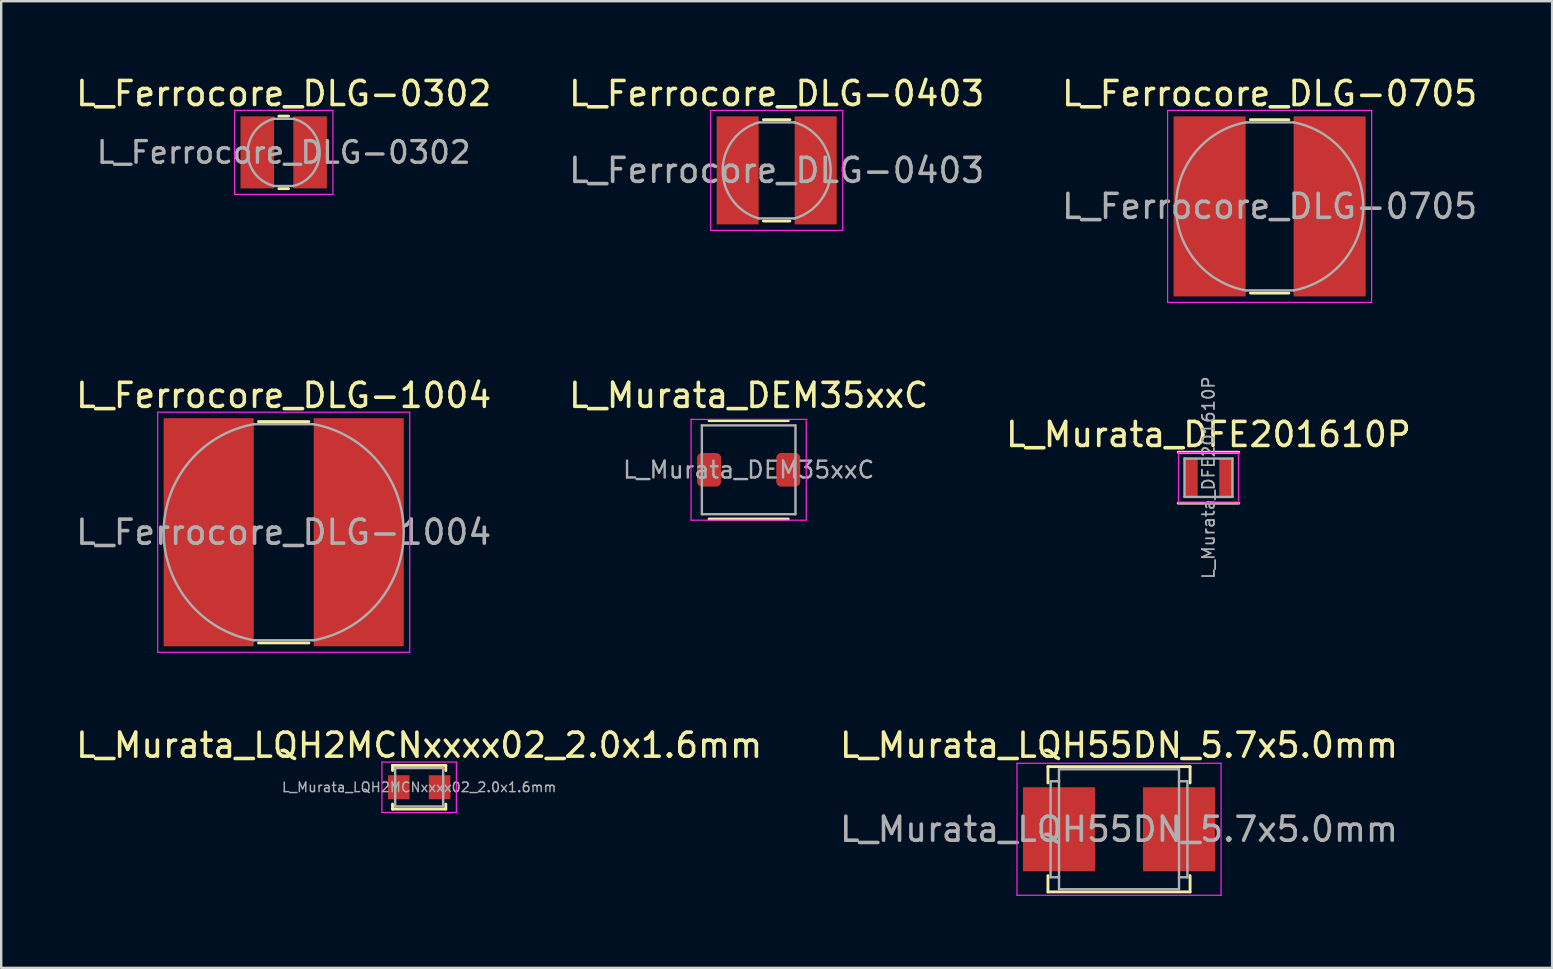
<source format=kicad_pcb>
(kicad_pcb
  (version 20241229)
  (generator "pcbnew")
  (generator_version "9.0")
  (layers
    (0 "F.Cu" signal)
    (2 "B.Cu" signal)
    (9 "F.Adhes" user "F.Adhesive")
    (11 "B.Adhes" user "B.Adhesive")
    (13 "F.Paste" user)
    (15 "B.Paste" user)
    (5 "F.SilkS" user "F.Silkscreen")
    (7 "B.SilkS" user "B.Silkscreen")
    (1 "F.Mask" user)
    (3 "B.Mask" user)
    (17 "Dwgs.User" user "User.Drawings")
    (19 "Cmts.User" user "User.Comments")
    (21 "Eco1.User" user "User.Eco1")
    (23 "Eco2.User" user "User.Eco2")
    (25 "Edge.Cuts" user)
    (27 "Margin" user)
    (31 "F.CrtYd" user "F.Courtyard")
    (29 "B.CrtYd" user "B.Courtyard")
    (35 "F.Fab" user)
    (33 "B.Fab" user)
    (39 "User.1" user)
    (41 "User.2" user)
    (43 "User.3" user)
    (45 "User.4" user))
  (footprint "L_Murata_LQH55DN_5.7x5.0mm"
    (layer "F.Cu")
    (at 43.565 31.495)
    (property "Reference" "L_Murata_LQH55DN_5.7x5.0mm" (at 0 -3.5 0) (layer "F.SilkS") (effects (font (size 1 1) (thickness 0.15))))
    (attr smd)
    (fp_line (start -2.96 -2.61) (end -2.96 -1.93) (stroke (width 0.12) (type solid)) (layer "F.SilkS"))
    (fp_line (start -2.96 -2.61) (end 2.96 -2.61) (stroke (width 0.12) (type solid)) (layer "F.SilkS"))
    (fp_line (start -2.96 1.93) (end -2.96 2.61) (stroke (width 0.12) (type solid)) (layer "F.SilkS"))
    (fp_line (start -2.96 2.61) (end 2.96 2.61) (stroke (width 0.12) (type solid)) (layer "F.SilkS"))
    (fp_line (start 2.96 -2.61) (end 2.96 -1.93) (stroke (width 0.12) (type solid)) (layer "F.SilkS"))
    (fp_line (start 2.96 1.93) (end 2.96 2.61) (stroke (width 0.12) (type solid)) (layer "F.SilkS"))
    (fp_line (start -4.25 -2.75) (end -4.25 2.75) (stroke (width 0.05) (type solid)) (layer "F.CrtYd"))
    (fp_line (start -4.25 2.75) (end 4.25 2.75) (stroke (width 0.05) (type solid)) (layer "F.CrtYd"))
    (fp_line (start 4.25 -2.75) (end -4.25 -2.75) (stroke (width 0.05) (type solid)) (layer "F.CrtYd"))
    (fp_line (start 4.25 2.75) (end 4.25 -2.75) (stroke (width 0.05) (type solid)) (layer "F.CrtYd"))
    (fp_line (start -2.85 -2) (end -2.85 2) (stroke (width 0.1) (type solid)) (layer "F.Fab"))
    (fp_line (start -2.85 -2) (end -2.5 -2) (stroke (width 0.1) (type solid)) (layer "F.Fab"))
    (fp_line (start -2.85 2) (end -2.5 2) (stroke (width 0.1) (type solid)) (layer "F.Fab"))
    (fp_line (start -2.5 -2.5) (end -2.5 2.5) (stroke (width 0.1) (type solid)) (layer "F.Fab"))
    (fp_line (start -2.5 -2.5) (end 2.5 -2.5) (stroke (width 0.1) (type solid)) (layer "F.Fab"))
    (fp_line (start -2.5 2.5) (end 2.5 2.5) (stroke (width 0.1) (type solid)) (layer "F.Fab"))
    (fp_line (start 2.5 -2.5) (end 2.5 2.5) (stroke (width 0.1) (type solid)) (layer "F.Fab"))
    (fp_line (start 2.85 -2) (end 2.5 -2) (stroke (width 0.1) (type solid)) (layer "F.Fab"))
    (fp_line (start 2.85 -2) (end 2.85 2) (stroke (width 0.1) (type solid)) (layer "F.Fab"))
    (fp_line (start 2.85 2) (end 2.5 2) (stroke (width 0.1) (type solid)) (layer "F.Fab"))
    (fp_text user "${REFERENCE}" (at 0 0 0) (layer "F.Fab") (effects (font (size 1 1) (thickness 0.15))))
    (pad "1" smd rect (at -2.5 0) (size 3 3.5) (layers "F.Cu" "F.Mask" "F.Paste"))
    (pad "2" smd rect (at 2.5 0) (size 3 3.5) (layers "F.Cu" "F.Mask" "F.Paste")))
  (footprint "L_Ferrocore_DLG-0403"
    (layer "F.Cu")
    (at 29.304 4.048)
    (property "Reference" "L_Ferrocore_DLG-0403" (at 0 -3.2 0) (layer "F.SilkS") (effects (font (size 1 1) (thickness 0.15))))
    (attr smd)
    (fp_line (start -0.55 -2.11) (end 0.55 -2.11) (stroke (width 0.12) (type solid)) (layer "F.SilkS"))
    (fp_line (start -0.55 2.11) (end 0.55 2.11) (stroke (width 0.12) (type solid)) (layer "F.SilkS"))
    (fp_line (start -2.75 -2.5) (end -2.75 2.5) (stroke (width 0.05) (type solid)) (layer "F.CrtYd"))
    (fp_line (start -2.75 2.5) (end 2.75 2.5) (stroke (width 0.05) (type solid)) (layer "F.CrtYd"))
    (fp_line (start 2.75 -2.5) (end -2.75 -2.5) (stroke (width 0.05) (type solid)) (layer "F.CrtYd"))
    (fp_line (start 2.75 2.5) (end 2.75 -2.5) (stroke (width 0.05) (type solid)) (layer "F.CrtYd"))
    (fp_line (start -0.75 -2) (end 0.75 -2) (stroke (width 0.1) (type solid)) (layer "F.Fab"))
    (fp_line (start -0.75 2) (end 0.75 2) (stroke (width 0.1) (type solid)) (layer "F.Fab"))
    (fp_arc (start -0.75 2) (mid -2.25 0) (end -0.75 -2) (stroke (width 0.1) (type solid)) (layer "F.Fab"))
    (fp_arc (start 0.75 -2) (mid 2.25 0) (end 0.75 2) (stroke (width 0.1) (type solid)) (layer "F.Fab"))
    (fp_text user "${REFERENCE}" (at 0 0 0) (layer "F.Fab") (effects (font (size 1 1) (thickness 0.15))))
    (pad "1" smd rect (at -1.625 0) (size 1.75 4.5) (layers "F.Cu" "F.Mask" "F.Paste"))
    (pad "2" smd rect (at 1.625 0) (size 1.75 4.5) (layers "F.Cu" "F.Mask" "F.Paste")))
  (footprint "L_Ferrocore_DLG-0705"
    (layer "F.Cu")
    (at 49.839 5.548)
    (property "Reference" "L_Ferrocore_DLG-0705" (at 0 -4.7 0) (layer "F.SilkS") (effects (font (size 1 1) (thickness 0.15))))
    (attr smd)
    (fp_line (start -0.8 -3.61) (end 0.8 -3.61) (stroke (width 0.12) (type solid)) (layer "F.SilkS"))
    (fp_line (start -0.8 3.61) (end 0.8 3.61) (stroke (width 0.12) (type solid)) (layer "F.SilkS"))
    (fp_line (start -4.25 -4) (end -4.25 4) (stroke (width 0.05) (type solid)) (layer "F.CrtYd"))
    (fp_line (start -4.25 4) (end 4.25 4) (stroke (width 0.05) (type solid)) (layer "F.CrtYd"))
    (fp_line (start 4.25 -4) (end -4.25 -4) (stroke (width 0.05) (type solid)) (layer "F.CrtYd"))
    (fp_line (start 4.25 4) (end 4.25 -4) (stroke (width 0.05) (type solid)) (layer "F.CrtYd"))
    (fp_line (start -1 -3.5) (end 1 -3.5) (stroke (width 0.1) (type solid)) (layer "F.Fab"))
    (fp_line (start -1 3.5) (end 1 3.5) (stroke (width 0.1) (type solid)) (layer "F.Fab"))
    (fp_arc (start -1 3.5) (mid -3.9 0) (end -1 -3.5) (stroke (width 0.1) (type solid)) (layer "F.Fab"))
    (fp_arc (start 1 -3.5) (mid 3.9 0) (end 1 3.5) (stroke (width 0.1) (type solid)) (layer "F.Fab"))
    (fp_text user "${REFERENCE}" (at 0 0 0) (layer "F.Fab") (effects (font (size 1 1) (thickness 0.15))))
    (pad "1" smd rect (at -2.5 0) (size 3 7.5) (layers "F.Cu" "F.Mask" "F.Paste"))
    (pad "2" smd rect (at 2.5 0) (size 3 7.5) (layers "F.Cu" "F.Mask" "F.Paste")))
  (footprint "L_Ferrocore_DLG-1004"
    (layer "F.Cu")
    (at 8.768 19.122)
    (property "Reference" "L_Ferrocore_DLG-1004" (at 0 -5.7 0) (layer "F.SilkS") (effects (font (size 1 1) (thickness 0.15))))
    (attr smd)
    (fp_line (start -1.05 -4.61) (end 1.05 -4.61) (stroke (width 0.12) (type solid)) (layer "F.SilkS"))
    (fp_line (start -1.05 4.61) (end 1.05 4.61) (stroke (width 0.12) (type solid)) (layer "F.SilkS"))
    (fp_line (start -5.25 -5) (end -5.25 5) (stroke (width 0.05) (type solid)) (layer "F.CrtYd"))
    (fp_line (start -5.25 5) (end 5.25 5) (stroke (width 0.05) (type solid)) (layer "F.CrtYd"))
    (fp_line (start 5.25 -5) (end -5.25 -5) (stroke (width 0.05) (type solid)) (layer "F.CrtYd"))
    (fp_line (start 5.25 5) (end 5.25 -5) (stroke (width 0.05) (type solid)) (layer "F.CrtYd"))
    (fp_line (start -1.25 -4.5) (end 1.25 -4.5) (stroke (width 0.1) (type solid)) (layer "F.Fab"))
    (fp_line (start -1.25 4.5) (end 1.25 4.5) (stroke (width 0.1) (type solid)) (layer "F.Fab"))
    (fp_arc (start -1.25 4.5) (mid -5 0) (end -1.25 -4.5) (stroke (width 0.1) (type solid)) (layer "F.Fab"))
    (fp_arc (start 1.25 -4.5) (mid 5 0) (end 1.25 4.5) (stroke (width 0.1) (type solid)) (layer "F.Fab"))
    (fp_text user "${REFERENCE}" (at 0 0 0) (layer "F.Fab") (effects (font (size 1 1) (thickness 0.15))))
    (pad "1" smd rect (at -3.125 0) (size 3.75 9.5) (layers "F.Cu" "F.Mask" "F.Paste"))
    (pad "2" smd rect (at 3.125 0) (size 3.75 9.5) (layers "F.Cu" "F.Mask" "F.Paste")))
  (footprint "L_Murata_DEM35xxC"
    (layer "F.Cu")
    (at 28.137 16.521)
    (property "Reference" "L_Murata_DEM35xxC" (at 0 -3.1 0) (layer "F.SilkS") (effects (font (size 1 1) (thickness 0.15))))
    (attr smd)
    (fp_line (start -1.65 -2.05) (end 1.65 -2.05) (stroke (width 0.12) (type solid)) (layer "F.SilkS"))
    (fp_line (start -1.65 2.05) (end 1.65 2.05) (stroke (width 0.12) (type solid)) (layer "F.SilkS"))
    (fp_line (start -2.4 -2.1) (end -2.4 2.1) (stroke (width 0.05) (type solid)) (layer "F.CrtYd"))
    (fp_line (start -2.4 2.1) (end 2.4 2.1) (stroke (width 0.05) (type solid)) (layer "F.CrtYd"))
    (fp_line (start 2.4 -2.1) (end -2.4 -2.1) (stroke (width 0.05) (type solid)) (layer "F.CrtYd"))
    (fp_line (start 2.4 2.1) (end 2.4 -2.1) (stroke (width 0.05) (type solid)) (layer "F.CrtYd"))
    (fp_line (start -1.95 -1.85) (end 1.95 -1.85) (stroke (width 0.1) (type solid)) (layer "F.Fab"))
    (fp_line (start -1.95 1.85) (end -1.95 -1.85) (stroke (width 0.1) (type solid)) (layer "F.Fab"))
    (fp_line (start 1.95 -1.85) (end 1.95 1.85) (stroke (width 0.1) (type solid)) (layer "F.Fab"))
    (fp_line (start 1.95 1.85) (end -1.95 1.85) (stroke (width 0.1) (type solid)) (layer "F.Fab"))
    (fp_text user "${REFERENCE}" (at 0 0 0) (layer "F.Fab") (effects (font (size 0.7 0.7) (thickness 0.1))))
    (pad "1" smd roundrect (at -1.65 0) (size 1 1.4) (layers "F.Cu" "F.Mask" "F.Paste") (roundrect_rratio 0.2))
    (pad "2" smd roundrect (at 1.65 0) (size 1 1.4) (layers "F.Cu" "F.Mask" "F.Paste") (roundrect_rratio 0.2)))
  (footprint "L_Murata_DFE201610P"
    (layer "F.Cu")
    (at 47.292 16.85)
    (property "Reference" "L_Murata_DFE201610P" (at 0 -1.8 0) (layer "F.SilkS") (effects (font (size 1 1) (thickness 0.15))))
    (attr smd)
    (fp_line (start -1.26 -1.06) (end 1.26 -1.06) (stroke (width 0.12) (type solid)) (layer "F.SilkS"))
    (fp_line (start -1.26 1.06) (end 1.26 1.06) (stroke (width 0.12) (type solid)) (layer "F.SilkS"))
    (fp_line (start -1.25 -1.05) (end -1.25 1.05) (stroke (width 0.05) (type solid)) (layer "F.CrtYd"))
    (fp_line (start -1.25 1.05) (end 1.25 1.05) (stroke (width 0.05) (type solid)) (layer "F.CrtYd"))
    (fp_line (start 1.25 -1.05) (end -1.25 -1.05) (stroke (width 0.05) (type solid)) (layer "F.CrtYd"))
    (fp_line (start 1.25 1.05) (end 1.25 -1.05) (stroke (width 0.05) (type solid)) (layer "F.CrtYd"))
    (fp_line (start -1 -0.8) (end -1 0.8) (stroke (width 0.1) (type solid)) (layer "F.Fab"))
    (fp_line (start -1 0.8) (end 1 0.8) (stroke (width 0.1) (type solid)) (layer "F.Fab"))
    (fp_line (start 1 -0.8) (end -1 -0.8) (stroke (width 0.1) (type solid)) (layer "F.Fab"))
    (fp_line (start 1 0.8) (end 1 -0.8) (stroke (width 0.1) (type solid)) (layer "F.Fab"))
    (fp_text user "${REFERENCE}" (at 0 0 90) (layer "F.Fab") (effects (font (size 0.5 0.5) (thickness 0.075))))
    (pad "1" smd rect (at -0.725 0) (size 0.55 1.6) (layers "F.Cu" "F.Mask" "F.Paste"))
    (pad "2" smd rect (at 0.725 0) (size 0.55 1.6) (layers "F.Cu" "F.Mask" "F.Paste")))
  (footprint "L_Murata_LQH2MCNxxxx02_2.0x1.6mm"
    (layer "F.Cu")
    (at 14.411 29.745)
    (property "Reference" "L_Murata_LQH2MCNxxxx02_2.0x1.6mm" (at 0 -1.75 0) (layer "F.SilkS") (effects (font (size 1 1) (thickness 0.15))))
    (attr smd)
    (fp_line (start -1.11 -0.91) (end 1.11 -0.91) (stroke (width 0.12) (type solid)) (layer "F.SilkS"))
    (fp_line (start -1.11 -0.7) (end -1.11 -0.91) (stroke (width 0.12) (type solid)) (layer "F.SilkS"))
    (fp_line (start -1.11 0.91) (end -1.11 0.7) (stroke (width 0.12) (type solid)) (layer "F.SilkS"))
    (fp_line (start 1.11 -0.7) (end 1.11 -0.91) (stroke (width 0.12) (type solid)) (layer "F.SilkS"))
    (fp_line (start 1.11 0.7) (end 1.11 0.91) (stroke (width 0.12) (type solid)) (layer "F.SilkS"))
    (fp_line (start 1.11 0.91) (end -1.11 0.91) (stroke (width 0.12) (type solid)) (layer "F.SilkS"))
    (fp_line (start -1.55 -1.05) (end 1.55 -1.05) (stroke (width 0.05) (type solid)) (layer "F.CrtYd"))
    (fp_line (start -1.55 1.05) (end -1.55 -1.05) (stroke (width 0.05) (type solid)) (layer "F.CrtYd"))
    (fp_line (start 1.55 -1.05) (end 1.55 1.05) (stroke (width 0.05) (type solid)) (layer "F.CrtYd"))
    (fp_line (start 1.55 1.05) (end -1.55 1.05) (stroke (width 0.05) (type solid)) (layer "F.CrtYd"))
    (fp_line (start -1 -0.8) (end 1 -0.8) (stroke (width 0.1) (type solid)) (layer "F.Fab"))
    (fp_line (start -1 0.8) (end -1 -0.8) (stroke (width 0.1) (type solid)) (layer "F.Fab"))
    (fp_line (start 1 -0.8) (end 1 0.8) (stroke (width 0.1) (type solid)) (layer "F.Fab"))
    (fp_line (start 1 0.8) (end -1 0.8) (stroke (width 0.1) (type solid)) (layer "F.Fab"))
    (fp_text user "${REFERENCE}" (at 0 0 0) (layer "F.Fab") (effects (font (size 0.4 0.4) (thickness 0.06))))
    (pad "1" smd rect (at -0.85 0) (size 0.9 1) (layers "F.Cu" "F.Mask" "F.Paste"))
    (pad "2" smd rect (at 0.85 0) (size 0.9 1) (layers "F.Cu" "F.Mask" "F.Paste")))
  (footprint "L_Ferrocore_DLG-0302"
    (layer "F.Cu")
    (at 8.768 3.298)
    (property "Reference" "L_Ferrocore_DLG-0302" (at 0 -2.45 0) (layer "F.SilkS") (effects (font (size 1 1) (thickness 0.15))))
    (attr smd)
    (fp_line (start -0.2 -1.51) (end 0.2 -1.51) (stroke (width 0.12) (type solid)) (layer "F.SilkS"))
    (fp_line (start -0.2 1.51) (end 0.2 1.51) (stroke (width 0.12) (type solid)) (layer "F.SilkS"))
    (fp_line (start -2.05 -1.75) (end -2.05 1.75) (stroke (width 0.05) (type solid)) (layer "F.CrtYd"))
    (fp_line (start -2.05 1.75) (end 2.05 1.75) (stroke (width 0.05) (type solid)) (layer "F.CrtYd"))
    (fp_line (start 2.05 -1.75) (end -2.05 -1.75) (stroke (width 0.05) (type solid)) (layer "F.CrtYd"))
    (fp_line (start 2.05 1.75) (end 2.05 -1.75) (stroke (width 0.05) (type solid)) (layer "F.CrtYd"))
    (fp_line (start -0.4 -1.4) (end 0.4 -1.4) (stroke (width 0.1) (type solid)) (layer "F.Fab"))
    (fp_line (start -0.4 1.4) (end 0.4 1.4) (stroke (width 0.1) (type solid)) (layer "F.Fab"))
    (fp_arc (start -0.4 1.4) (mid -1.5 0) (end -0.4 -1.4) (stroke (width 0.1) (type solid)) (layer "F.Fab"))
    (fp_arc (start 0.4 -1.4) (mid 1.5 0) (end 0.4 1.4) (stroke (width 0.1) (type solid)) (layer "F.Fab"))
    (fp_text user "${REFERENCE}" (at 0 0 0) (layer "F.Fab") (effects (font (size 0.9 0.9) (thickness 0.14))))
    (pad "1" smd rect (at -1.1 0) (size 1.4 3) (layers "F.Cu" "F.Mask" "F.Paste"))
    (pad "2" smd rect (at 1.1 0) (size 1.4 3) (layers "F.Cu" "F.Mask" "F.Paste")))
  (gr_rect
    (start -3 -3)
    (end 61.607 37.27)
    (stroke (width 0.1) (type default))
    (fill no)
    (layer "Edge.Cuts")))
</source>
